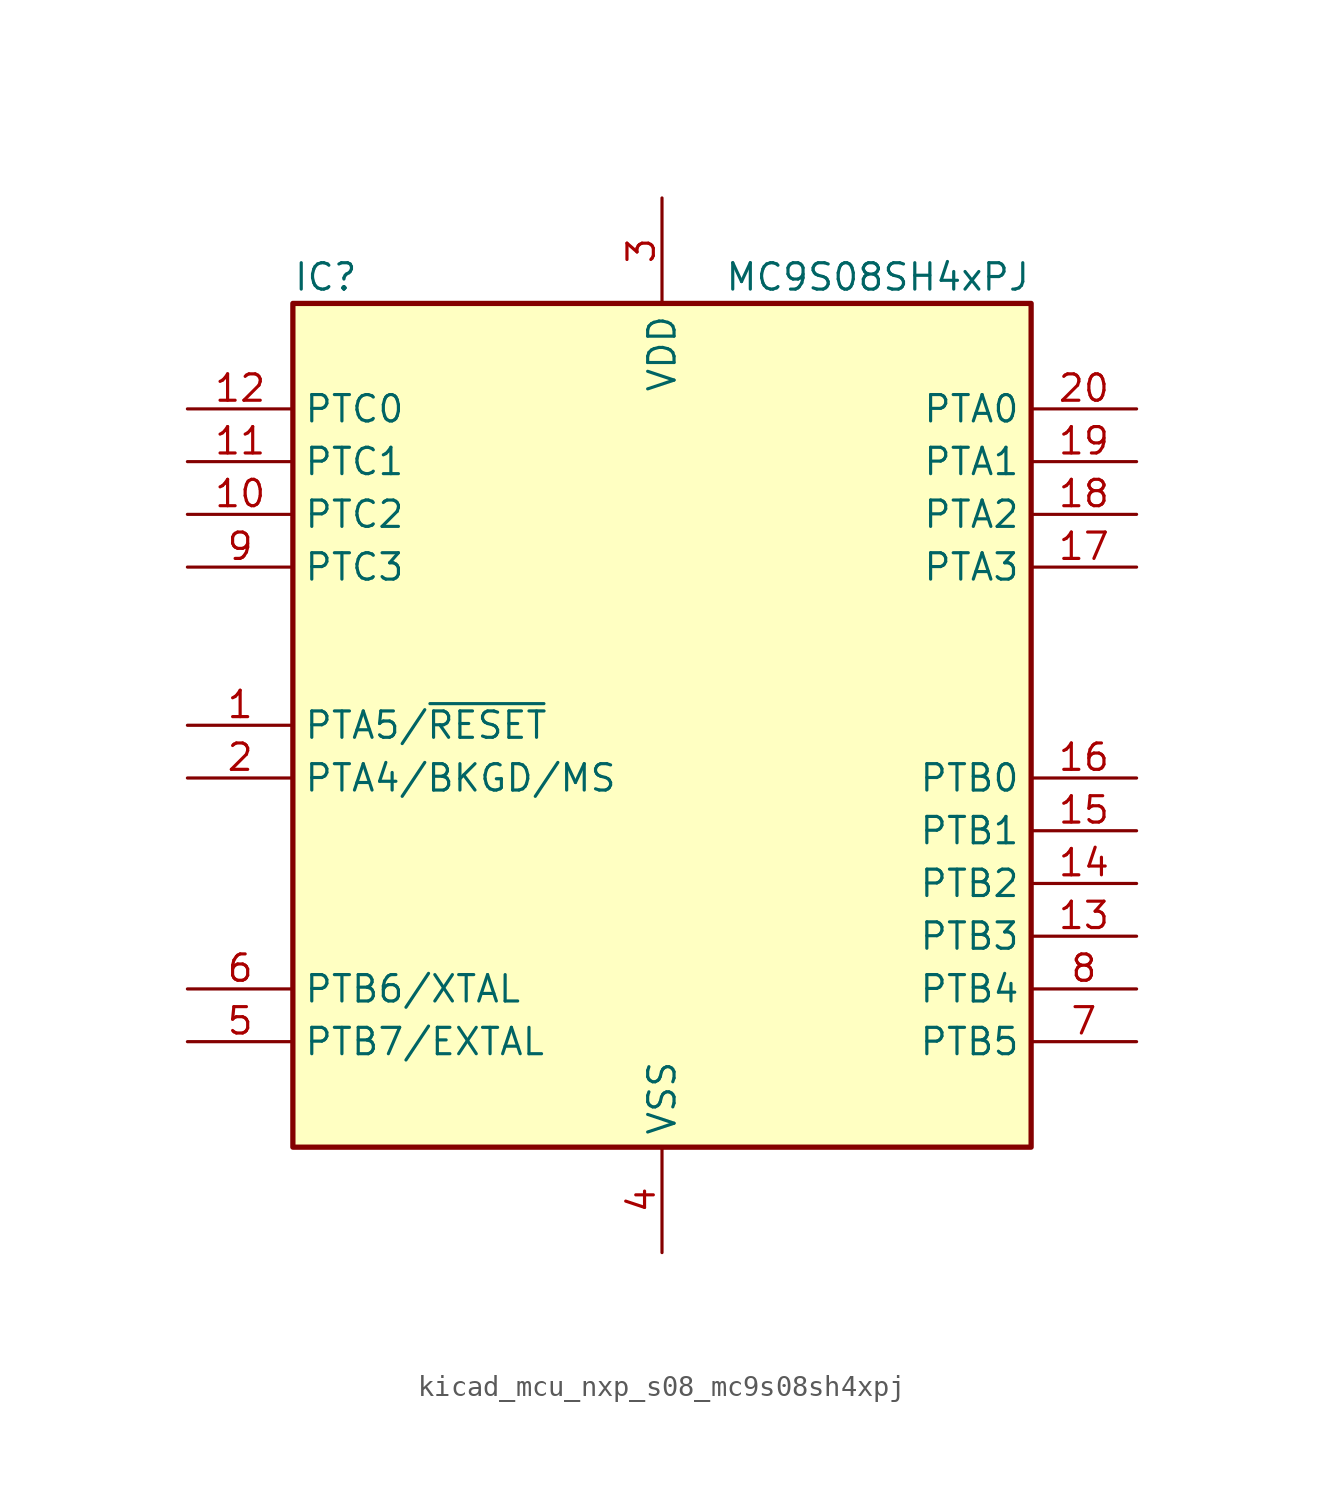
<source format=kicad_sym>
(kicad_symbol_lib
  (version 20220914)
  (generator kicad_symbol_editor)
  (symbol "kicad_mcu_nxp_s08_mc9s08sh4xpj"
    (property "Reference" "IC"
      (at -17.78 21.59 0)
      (effects (font (size 1.27 1.27)) (justify left)))
    (property "Value" "MC9S08SH4xPJ"
      (at 17.78 21.59 0)
      (effects (font (size 1.27 1.27)) (justify right)))
    (symbol "kicad_mcu_nxp_s08_mc9s08sh4xpj_0_1"
      (rectangle (start -17.78 20.32) (end 17.78 -20.32) (stroke (width 0.254) (type default)) (fill (type background))))
    (symbol "kicad_mcu_nxp_s08_mc9s08sh4xpj_1_1"
      (pin bidirectional line (at -22.86 0 0) (length 5.08) (name "PTA5/~{RESET}" (effects (font (size 1.27 1.27)))) (number "1" (effects (font (size 1.27 1.27)))))
      (pin bidirectional line (at -22.86 10.16 0) (length 5.08) (name "PTC2" (effects (font (size 1.27 1.27)))) (number "10" (effects (font (size 1.27 1.27)))))
      (pin bidirectional line (at -22.86 12.7 0) (length 5.08) (name "PTC1" (effects (font (size 1.27 1.27)))) (number "11" (effects (font (size 1.27 1.27)))))
      (pin bidirectional line (at -22.86 15.24 0) (length 5.08) (name "PTC0" (effects (font (size 1.27 1.27)))) (number "12" (effects (font (size 1.27 1.27)))))
      (pin bidirectional line (at 22.86 -10.16 180) (length 5.08) (name "PTB3" (effects (font (size 1.27 1.27)))) (number "13" (effects (font (size 1.27 1.27)))))
      (pin bidirectional line (at 22.86 -7.62 180) (length 5.08) (name "PTB2" (effects (font (size 1.27 1.27)))) (number "14" (effects (font (size 1.27 1.27)))))
      (pin bidirectional line (at 22.86 -5.08 180) (length 5.08) (name "PTB1" (effects (font (size 1.27 1.27)))) (number "15" (effects (font (size 1.27 1.27)))))
      (pin bidirectional line (at 22.86 -2.54 180) (length 5.08) (name "PTB0" (effects (font (size 1.27 1.27)))) (number "16" (effects (font (size 1.27 1.27)))))
      (pin bidirectional line (at 22.86 7.62 180) (length 5.08) (name "PTA3" (effects (font (size 1.27 1.27)))) (number "17" (effects (font (size 1.27 1.27)))))
      (pin bidirectional line (at 22.86 10.16 180) (length 5.08) (name "PTA2" (effects (font (size 1.27 1.27)))) (number "18" (effects (font (size 1.27 1.27)))))
      (pin bidirectional line (at 22.86 12.7 180) (length 5.08) (name "PTA1" (effects (font (size 1.27 1.27)))) (number "19" (effects (font (size 1.27 1.27)))))
      (pin bidirectional line (at -22.86 -2.54 0) (length 5.08) (name "PTA4/BKGD/MS" (effects (font (size 1.27 1.27)))) (number "2" (effects (font (size 1.27 1.27)))))
      (pin bidirectional line (at 22.86 15.24 180) (length 5.08) (name "PTA0" (effects (font (size 1.27 1.27)))) (number "20" (effects (font (size 1.27 1.27)))))
      (pin power_in line (at 0 25.4 270) (length 5.08) (name "VDD" (effects (font (size 1.27 1.27)))) (number "3" (effects (font (size 1.27 1.27)))))
      (pin power_in line (at 0 -25.4 90) (length 5.08) (name "VSS" (effects (font (size 1.27 1.27)))) (number "4" (effects (font (size 1.27 1.27)))))
      (pin bidirectional line (at -22.86 -15.24 0) (length 5.08) (name "PTB7/EXTAL" (effects (font (size 1.27 1.27)))) (number "5" (effects (font (size 1.27 1.27)))))
      (pin bidirectional line (at -22.86 -12.7 0) (length 5.08) (name "PTB6/XTAL" (effects (font (size 1.27 1.27)))) (number "6" (effects (font (size 1.27 1.27)))))
      (pin bidirectional line (at 22.86 -15.24 180) (length 5.08) (name "PTB5" (effects (font (size 1.27 1.27)))) (number "7" (effects (font (size 1.27 1.27)))))
      (pin bidirectional line (at 22.86 -12.7 180) (length 5.08) (name "PTB4" (effects (font (size 1.27 1.27)))) (number "8" (effects (font (size 1.27 1.27)))))
      (pin bidirectional line (at -22.86 7.62 0) (length 5.08) (name "PTC3" (effects (font (size 1.27 1.27)))) (number "9" (effects (font (size 1.27 1.27))))))))
</source>
